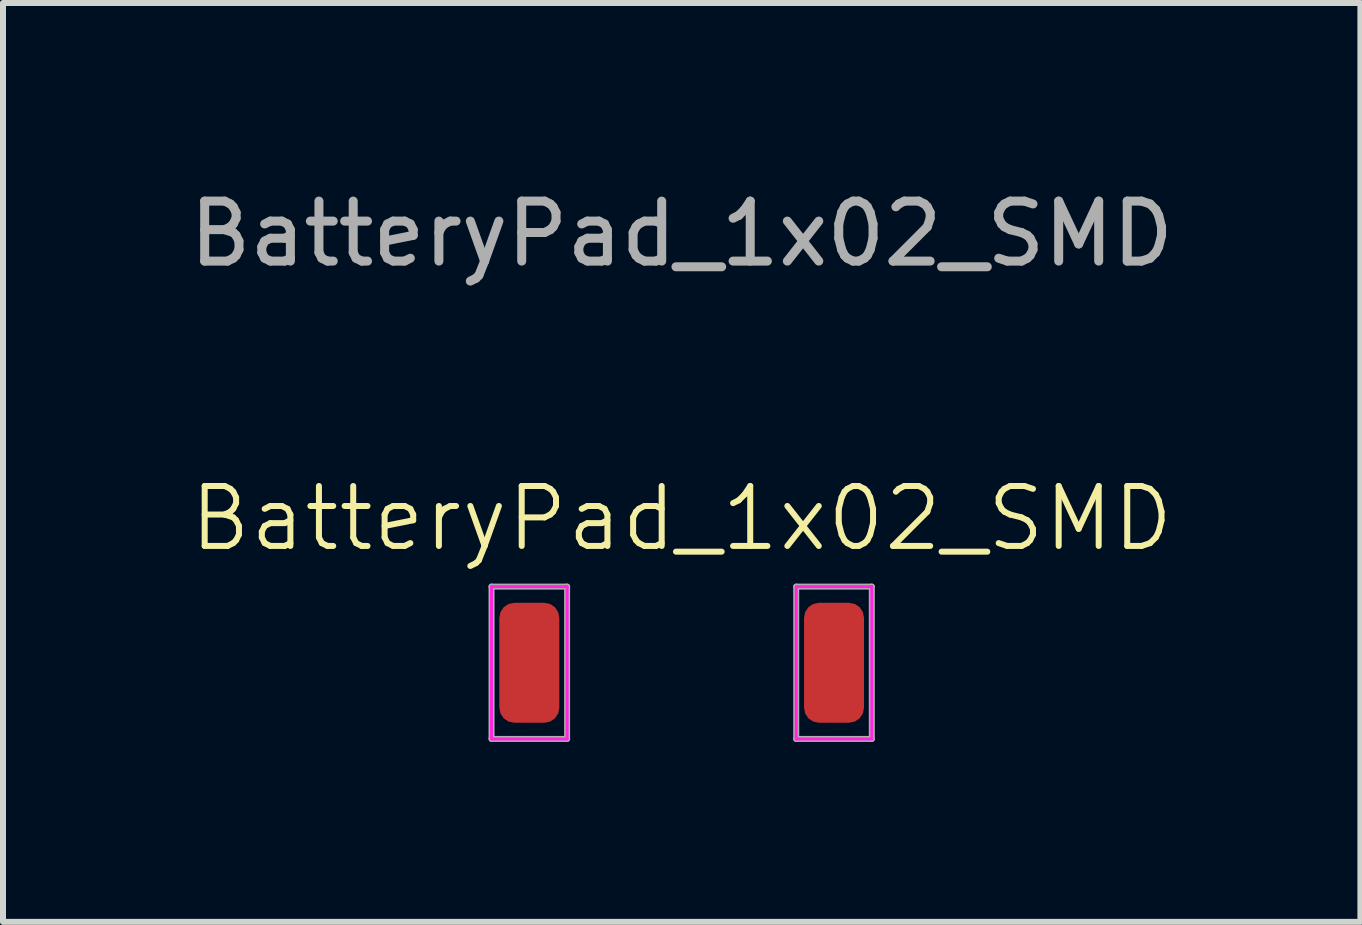
<source format=kicad_pcb>
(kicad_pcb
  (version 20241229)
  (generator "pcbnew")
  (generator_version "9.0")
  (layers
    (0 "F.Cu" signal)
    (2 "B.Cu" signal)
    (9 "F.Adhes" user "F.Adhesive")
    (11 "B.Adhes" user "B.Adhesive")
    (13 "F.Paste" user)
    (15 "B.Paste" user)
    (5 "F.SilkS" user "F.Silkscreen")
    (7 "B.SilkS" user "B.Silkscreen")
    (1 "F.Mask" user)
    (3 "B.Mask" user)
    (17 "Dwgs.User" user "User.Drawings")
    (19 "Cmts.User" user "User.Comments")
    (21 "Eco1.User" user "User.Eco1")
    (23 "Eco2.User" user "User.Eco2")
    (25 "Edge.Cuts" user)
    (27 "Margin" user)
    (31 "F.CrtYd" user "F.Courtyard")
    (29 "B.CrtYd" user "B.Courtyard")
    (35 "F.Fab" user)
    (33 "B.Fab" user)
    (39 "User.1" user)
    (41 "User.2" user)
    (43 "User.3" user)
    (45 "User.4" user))
  (footprint "BatteryPad_1x02_SMD"
    (layer "F.Cu")
    (at 8.315 8)
    (property "Reference" "BatteryPad_1x02_SMD" (at 0 -2.405 0) (unlocked yes) (layer "F.SilkS") (effects (font (size 1 1) (thickness 0.1))))
    (attr smd)
    (fp_line (start -3.17 -1.27) (end -3.17 1.27) (stroke (width 0.05) (type solid)) (layer "F.CrtYd"))
    (fp_line (start -3.17 1.27) (end -1.91 1.27) (stroke (width 0.05) (type solid)) (layer "F.CrtYd"))
    (fp_line (start -1.91 -1.27) (end -3.17 -1.27) (stroke (width 0.05) (type solid)) (layer "F.CrtYd"))
    (fp_line (start -1.91 1.27) (end -1.91 -1.27) (stroke (width 0.05) (type solid)) (layer "F.CrtYd"))
    (fp_line (start 1.91 -1.27) (end 1.91 1.27) (stroke (width 0.05) (type solid)) (layer "F.CrtYd"))
    (fp_line (start 1.91 1.27) (end 3.17 1.27) (stroke (width 0.05) (type solid)) (layer "F.CrtYd"))
    (fp_line (start 3.17 -1.27) (end 1.91 -1.27) (stroke (width 0.05) (type solid)) (layer "F.CrtYd"))
    (fp_line (start 3.17 1.27) (end 3.17 -1.27) (stroke (width 0.05) (type solid)) (layer "F.CrtYd"))
    (fp_line (start -3.17 -1.27) (end -1.91 -1.27) (stroke (width 0.1) (type solid)) (layer "F.Fab"))
    (fp_line (start -3.17 1.27) (end -3.17 -1.27) (stroke (width 0.1) (type solid)) (layer "F.Fab"))
    (fp_line (start -1.91 -1.27) (end -1.91 1.27) (stroke (width 0.1) (type solid)) (layer "F.Fab"))
    (fp_line (start -1.91 1.27) (end -3.17 1.27) (stroke (width 0.1) (type solid)) (layer "F.Fab"))
    (fp_line (start 1.91 -1.27) (end 3.17 -1.27) (stroke (width 0.1) (type solid)) (layer "F.Fab"))
    (fp_line (start 1.91 1.27) (end 1.91 -1.27) (stroke (width 0.1) (type solid)) (layer "F.Fab"))
    (fp_line (start 3.17 -1.27) (end 3.17 1.27) (stroke (width 0.1) (type solid)) (layer "F.Fab"))
    (fp_line (start 3.17 1.27) (end 1.91 1.27) (stroke (width 0.1) (type solid)) (layer "F.Fab"))
    (fp_text user "${REFERENCE}" (at 0 -7.152 0) (unlocked yes) (layer "F.Fab") (effects (font (size 1 1) (thickness 0.15))))
    (pad "1" smd roundrect (at -2.54 0) (size 1 2) (layers "F.Cu" "F.Mask" "F.Paste") (roundrect_rratio 0.25))
    (pad "2" smd roundrect (at 2.54 0) (size 1 2) (layers "F.Cu" "F.Mask" "F.Paste") (roundrect_rratio 0.25)))
  (gr_rect
    (start -3 -3)
    (end 19.631 12.32)
    (stroke (width 0.1) (type default))
    (fill no)
    (layer "Edge.Cuts")))
</source>
